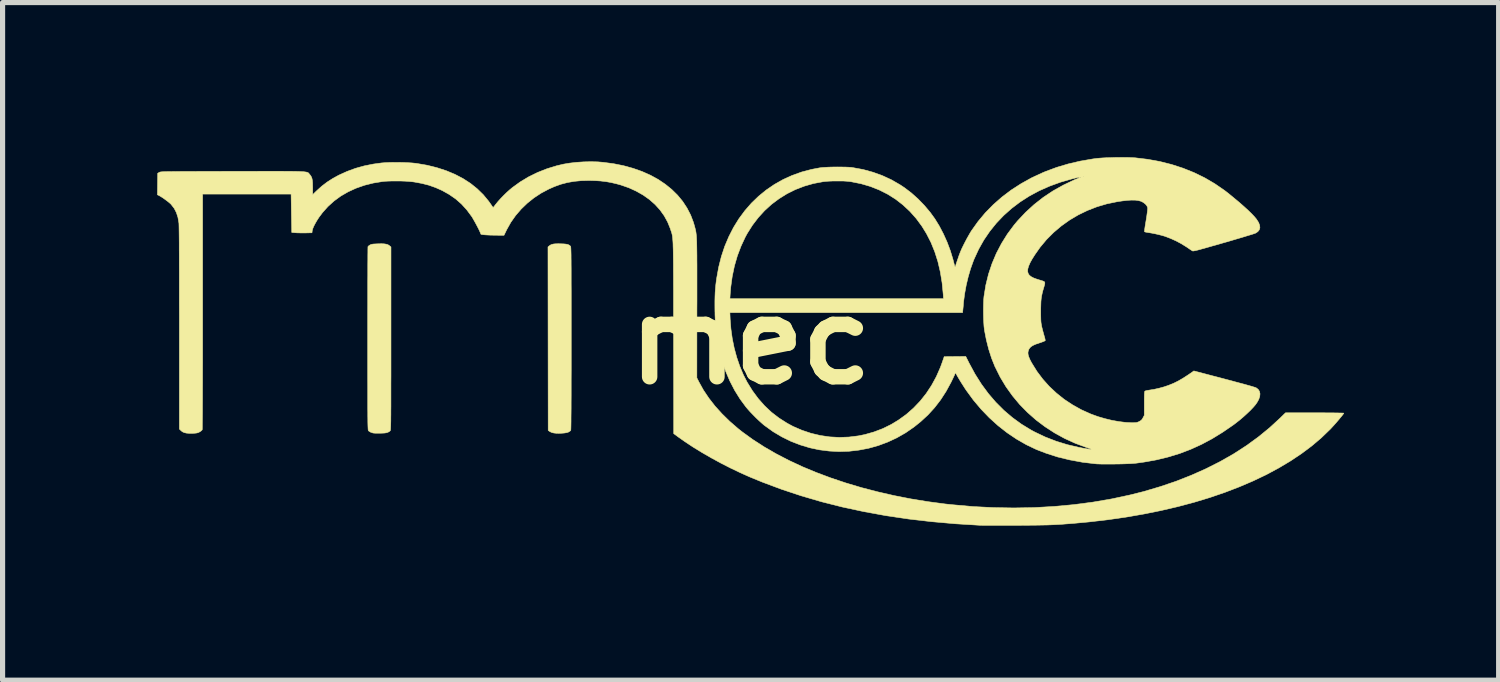
<source format=kicad_pcb>
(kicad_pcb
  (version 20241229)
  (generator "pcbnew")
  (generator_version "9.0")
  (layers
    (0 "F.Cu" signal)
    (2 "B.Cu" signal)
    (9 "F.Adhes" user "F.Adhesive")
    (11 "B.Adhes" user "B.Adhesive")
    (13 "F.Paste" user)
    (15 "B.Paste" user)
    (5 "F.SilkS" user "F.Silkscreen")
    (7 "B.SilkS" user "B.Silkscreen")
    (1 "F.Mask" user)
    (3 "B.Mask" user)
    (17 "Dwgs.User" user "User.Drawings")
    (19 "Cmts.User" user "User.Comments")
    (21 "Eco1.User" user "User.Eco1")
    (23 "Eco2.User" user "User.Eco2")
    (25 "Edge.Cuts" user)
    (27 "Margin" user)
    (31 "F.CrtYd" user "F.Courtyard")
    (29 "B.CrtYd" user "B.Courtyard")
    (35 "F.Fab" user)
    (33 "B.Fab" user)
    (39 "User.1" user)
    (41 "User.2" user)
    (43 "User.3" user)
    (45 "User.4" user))
  (footprint "mec"
    (layer "F.Cu")
    (at 11.516 3.572)
    (property "Reference" "mec" (at 0 0 0) (layer "F.SilkS") (effects (font (size 1.524 1.524) (thickness 0.3))))
    (attr through_hole)
    (fp_poly (pts (xy -3.686 -1.891) (xy -3.628 -1.889) (xy -3.585 -1.885) (xy -3.553 -1.879) (xy -3.529 -1.87) (xy -3.509 -1.857) (xy -3.495 -1.844) (xy -3.493 -1.842) (xy -3.492 -1.836) (xy -3.49 -1.828) (xy -3.489 -1.816) (xy -3.488 -1.799) (xy -3.487 -1.777) (xy -3.486 -1.748) (xy -3.485 -1.714) (xy -3.484 -1.671) (xy -3.484 -1.621) (xy -3.483 -1.562) (xy -3.483 -1.494) (xy -3.482 -1.415) (xy -3.482 -1.326) (xy -3.482 -1.225) (xy -3.482 -1.111) (xy -3.481 -0.985) (xy -3.481 -0.845) (xy -3.481 -0.691) (xy -3.481 -0.522) (xy -3.481 -0.337) (xy -3.481 -0.136) (xy -3.481 -0.06) (xy -3.481 0.168) (xy -3.481 0.378) (xy -3.481 0.572) (xy -3.482 0.75) (xy -3.482 0.911) (xy -3.482 1.057) (xy -3.483 1.187) (xy -3.483 1.303) (xy -3.484 1.404) (xy -3.485 1.49) (xy -3.485 1.563) (xy -3.486 1.622) (xy -3.487 1.668) (xy -3.488 1.701) (xy -3.489 1.721) (xy -3.49 1.729) (xy -3.504 1.743) (xy -3.527 1.758) (xy -3.54 1.765) (xy -3.571 1.774) (xy -3.614 1.781) (xy -3.665 1.785) (xy -3.719 1.787) (xy -3.77 1.786) (xy -3.815 1.781) (xy -3.84 1.776) (xy -3.87 1.766) (xy -3.897 1.752) (xy -3.905 1.747) (xy -3.928 1.73) (xy -3.932 -1.83) (xy -3.906 -1.852) (xy -3.883 -1.868) (xy -3.857 -1.879) (xy -3.824 -1.887) (xy -3.782 -1.891) (xy -3.727 -1.892) (xy -3.686 -1.891)) (stroke (width 0.01) (type solid)) (fill yes) (layer "F.SilkS"))
    (fp_poly (pts (xy -7.112 -1.89) (xy -7.074 -1.884) (xy -7.044 -1.876) (xy -7.02 -1.863) (xy -7.006 -1.852) (xy -6.979 -1.83) (xy -6.979 -0.053) (xy -6.979 0.154) (xy -6.979 0.345) (xy -6.979 0.519) (xy -6.979 0.678) (xy -6.98 0.823) (xy -6.98 0.953) (xy -6.98 1.071) (xy -6.98 1.176) (xy -6.98 1.269) (xy -6.981 1.352) (xy -6.981 1.424) (xy -6.982 1.486) (xy -6.982 1.54) (xy -6.983 1.585) (xy -6.984 1.623) (xy -6.985 1.653) (xy -6.986 1.678) (xy -6.987 1.697) (xy -6.988 1.712) (xy -6.989 1.723) (xy -6.991 1.73) (xy -6.992 1.735) (xy -6.994 1.737) (xy -6.995 1.738) (xy -7.017 1.756) (xy -7.042 1.768) (xy -7.072 1.777) (xy -7.111 1.782) (xy -7.163 1.784) (xy -7.183 1.785) (xy -7.229 1.785) (xy -7.271 1.785) (xy -7.305 1.783) (xy -7.326 1.781) (xy -7.327 1.781) (xy -7.378 1.763) (xy -7.416 1.738) (xy -7.417 1.736) (xy -7.419 1.732) (xy -7.42 1.726) (xy -7.422 1.717) (xy -7.423 1.704) (xy -7.424 1.687) (xy -7.425 1.664) (xy -7.426 1.636) (xy -7.427 1.601) (xy -7.428 1.559) (xy -7.428 1.509) (xy -7.429 1.45) (xy -7.429 1.382) (xy -7.43 1.304) (xy -7.43 1.215) (xy -7.43 1.115) (xy -7.43 1.002) (xy -7.43 0.877) (xy -7.431 0.738) (xy -7.431 0.585) (xy -7.431 0.417) (xy -7.431 0.233) (xy -7.431 0.032) (xy -7.431 -0.048) (xy -7.431 -0.223) (xy -7.431 -0.393) (xy -7.431 -0.557) (xy -7.43 -0.715) (xy -7.43 -0.866) (xy -7.43 -1.01) (xy -7.43 -1.144) (xy -7.429 -1.27) (xy -7.429 -1.385) (xy -7.429 -1.488) (xy -7.428 -1.58) (xy -7.428 -1.659) (xy -7.427 -1.725) (xy -7.427 -1.776) (xy -7.426 -1.812) (xy -7.426 -1.832) (xy -7.425 -1.836) (xy -7.415 -1.848) (xy -7.394 -1.863) (xy -7.384 -1.869) (xy -7.367 -1.877) (xy -7.348 -1.882) (xy -7.324 -1.886) (xy -7.291 -1.888) (xy -7.246 -1.89) (xy -7.226 -1.891) (xy -7.162 -1.892) (xy -7.112 -1.89)) (stroke (width 0.01) (type solid)) (fill yes) (layer "F.SilkS"))
    (fp_poly (pts (xy -2.966 -3.481) (xy -2.86 -3.472) (xy -2.657 -3.445) (xy -2.463 -3.406) (xy -2.279 -3.355) (xy -2.106 -3.294) (xy -1.944 -3.222) (xy -1.794 -3.14) (xy -1.656 -3.047) (xy -1.531 -2.946) (xy -1.418 -2.835) (xy -1.319 -2.715) (xy -1.235 -2.587) (xy -1.164 -2.45) (xy -1.109 -2.306) (xy -1.085 -2.222) (xy -1.079 -2.199) (xy -1.074 -2.179) (xy -1.069 -2.159) (xy -1.065 -2.139) (xy -1.061 -2.118) (xy -1.058 -2.095) (xy -1.055 -2.07) (xy -1.052 -2.041) (xy -1.05 -2.008) (xy -1.048 -1.969) (xy -1.046 -1.925) (xy -1.045 -1.873) (xy -1.044 -1.813) (xy -1.043 -1.745) (xy -1.042 -1.667) (xy -1.042 -1.578) (xy -1.041 -1.478) (xy -1.041 -1.366) (xy -1.041 -1.24) (xy -1.041 -1.101) (xy -1.041 -0.946) (xy -1.041 -0.776) (xy -1.042 -0.636) (xy -1.043 0.711) (xy -1.002 0.792) (xy -0.915 0.949) (xy -0.81 1.105) (xy -0.69 1.259) (xy -0.554 1.409) (xy -0.404 1.556) (xy -0.24 1.698) (xy -0.156 1.764) (xy 0.046 1.91) (xy 0.265 2.051) (xy 0.497 2.185) (xy 0.744 2.313) (xy 1.003 2.434) (xy 1.275 2.547) (xy 1.558 2.653) (xy 1.851 2.751) (xy 2.153 2.841) (xy 2.465 2.922) (xy 2.783 2.995) (xy 3.109 3.059) (xy 3.441 3.113) (xy 3.778 3.158) (xy 3.911 3.172) (xy 4.312 3.208) (xy 4.711 3.228) (xy 5.107 3.235) (xy 5.499 3.228) (xy 5.887 3.206) (xy 6.268 3.171) (xy 6.643 3.122) (xy 7.01 3.059) (xy 7.367 2.982) (xy 7.626 2.917) (xy 7.947 2.822) (xy 8.257 2.717) (xy 8.554 2.6) (xy 8.839 2.473) (xy 9.112 2.335) (xy 9.372 2.187) (xy 9.618 2.028) (xy 9.851 1.859) (xy 10.07 1.68) (xy 10.266 1.5) (xy 10.38 1.389) (xy 10.945 1.389) (xy 11.043 1.389) (xy 11.135 1.389) (xy 11.22 1.39) (xy 11.297 1.39) (xy 11.364 1.391) (xy 11.421 1.392) (xy 11.465 1.393) (xy 11.495 1.394) (xy 11.51 1.395) (xy 11.511 1.396) (xy 11.505 1.407) (xy 11.49 1.428) (xy 11.466 1.458) (xy 11.436 1.494) (xy 11.402 1.535) (xy 11.365 1.578) (xy 11.327 1.621) (xy 11.289 1.663) (xy 11.255 1.7) (xy 11.242 1.713) (xy 11.074 1.875) (xy 10.89 2.031) (xy 10.691 2.18) (xy 10.477 2.323) (xy 10.249 2.459) (xy 10.007 2.589) (xy 9.751 2.711) (xy 9.482 2.826) (xy 9.201 2.934) (xy 8.908 3.034) (xy 8.604 3.126) (xy 8.288 3.21) (xy 7.962 3.286) (xy 7.625 3.354) (xy 7.279 3.414) (xy 6.924 3.465) (xy 6.56 3.507) (xy 6.376 3.524) (xy 6.28 3.533) (xy 6.193 3.54) (xy 6.113 3.546) (xy 6.038 3.552) (xy 5.966 3.556) (xy 5.895 3.56) (xy 5.822 3.563) (xy 5.746 3.566) (xy 5.665 3.567) (xy 5.576 3.569) (xy 5.478 3.57) (xy 5.368 3.571) (xy 5.245 3.572) (xy 5.143 3.572) (xy 5.038 3.572) (xy 4.937 3.572) (xy 4.84 3.572) (xy 4.751 3.572) (xy 4.67 3.572) (xy 4.598 3.572) (xy 4.538 3.572) (xy 4.491 3.572) (xy 4.459 3.571) (xy 4.445 3.571) (xy 3.971 3.542) (xy 3.51 3.501) (xy 3.06 3.449) (xy 2.623 3.384) (xy 2.196 3.306) (xy 1.781 3.217) (xy 1.377 3.115) (xy 0.984 3) (xy 0.601 2.873) (xy 0.229 2.734) (xy -0.017 2.633) (xy -0.203 2.55) (xy -0.391 2.46) (xy -0.579 2.364) (xy -0.764 2.263) (xy -0.943 2.16) (xy -1.114 2.055) (xy -1.273 1.95) (xy -1.419 1.847) (xy -1.421 1.845) (xy -1.492 1.793) (xy -1.495 -0.069) (xy -1.495 -0.285) (xy -1.496 -0.484) (xy -1.496 -0.667) (xy -1.496 -0.835) (xy -1.496 -0.988) (xy -1.497 -1.128) (xy -1.497 -1.255) (xy -1.498 -1.369) (xy -1.498 -1.472) (xy -1.499 -1.564) (xy -1.5 -1.646) (xy -1.501 -1.718) (xy -1.502 -1.782) (xy -1.504 -1.838) (xy -1.505 -1.886) (xy -1.507 -1.928) (xy -1.51 -1.964) (xy -1.512 -1.996) (xy -1.515 -2.022) (xy -1.518 -2.046) (xy -1.522 -2.066) (xy -1.526 -2.084) (xy -1.531 -2.101) (xy -1.535 -2.117) (xy -1.541 -2.133) (xy -1.547 -2.15) (xy -1.553 -2.168) (xy -1.558 -2.185) (xy -1.61 -2.313) (xy -1.677 -2.435) (xy -1.759 -2.549) (xy -1.854 -2.654) (xy -1.963 -2.75) (xy -2.084 -2.836) (xy -2.218 -2.912) (xy -2.362 -2.978) (xy -2.517 -3.032) (xy -2.601 -3.055) (xy -2.707 -3.08) (xy -2.809 -3.098) (xy -2.911 -3.11) (xy -3.019 -3.117) (xy -3.134 -3.12) (xy -3.285 -3.116) (xy -3.424 -3.103) (xy -3.555 -3.08) (xy -3.681 -3.047) (xy -3.806 -3.002) (xy -3.915 -2.954) (xy -4.064 -2.875) (xy -4.204 -2.783) (xy -4.334 -2.679) (xy -4.453 -2.564) (xy -4.56 -2.44) (xy -4.653 -2.308) (xy -4.731 -2.169) (xy -4.737 -2.157) (xy -4.785 -2.057) (xy -4.904 -2.057) (xy -4.979 -2.058) (xy -5.048 -2.059) (xy -5.108 -2.062) (xy -5.159 -2.065) (xy -5.198 -2.069) (xy -5.224 -2.073) (xy -5.234 -2.078) (xy -5.235 -2.079) (xy -5.239 -2.093) (xy -5.25 -2.118) (xy -5.266 -2.154) (xy -5.287 -2.196) (xy -5.311 -2.242) (xy -5.336 -2.289) (xy -5.361 -2.334) (xy -5.384 -2.374) (xy -5.403 -2.408) (xy -5.413 -2.422) (xy -5.508 -2.55) (xy -5.611 -2.663) (xy -5.725 -2.763) (xy -5.851 -2.85) (xy -5.985 -2.925) (xy -6.113 -2.982) (xy -6.243 -3.028) (xy -6.38 -3.063) (xy -6.527 -3.09) (xy -6.567 -3.095) (xy -6.626 -3.101) (xy -6.697 -3.106) (xy -6.776 -3.109) (xy -6.859 -3.11) (xy -6.941 -3.11) (xy -7.019 -3.108) (xy -7.087 -3.105) (xy -7.14 -3.1) (xy -7.322 -3.07) (xy -7.494 -3.027) (xy -7.657 -2.97) (xy -7.81 -2.9) (xy -7.952 -2.818) (xy -8.082 -2.723) (xy -8.202 -2.615) (xy -8.308 -2.496) (xy -8.376 -2.405) (xy -8.416 -2.343) (xy -8.45 -2.284) (xy -8.478 -2.23) (xy -8.497 -2.184) (xy -8.507 -2.148) (xy -8.507 -2.146) (xy -8.512 -2.105) (xy -8.629 -2.102) (xy -8.681 -2.102) (xy -8.736 -2.102) (xy -8.787 -2.103) (xy -8.825 -2.105) (xy -8.904 -2.111) (xy -8.911 -2.483) (xy -8.917 -2.856) (xy -10.634 -2.856) (xy -10.634 -0.577) (xy -10.634 -0.305) (xy -10.634 -0.051) (xy -10.634 0.186) (xy -10.634 0.406) (xy -10.635 0.609) (xy -10.635 0.794) (xy -10.636 0.963) (xy -10.636 1.114) (xy -10.637 1.249) (xy -10.637 1.366) (xy -10.638 1.467) (xy -10.639 1.55) (xy -10.64 1.617) (xy -10.64 1.667) (xy -10.641 1.701) (xy -10.642 1.717) (xy -10.643 1.719) (xy -10.655 1.733) (xy -10.677 1.75) (xy -10.692 1.759) (xy -10.713 1.77) (xy -10.733 1.777) (xy -10.758 1.782) (xy -10.792 1.785) (xy -10.824 1.787) (xy -10.893 1.787) (xy -10.947 1.783) (xy -10.99 1.773) (xy -11.024 1.758) (xy -11.051 1.737) (xy -11.085 1.704) (xy -11.085 -0.255) (xy -11.085 -0.506) (xy -11.086 -0.739) (xy -11.086 -0.956) (xy -11.086 -1.156) (xy -11.086 -1.339) (xy -11.087 -1.505) (xy -11.087 -1.655) (xy -11.088 -1.789) (xy -11.088 -1.908) (xy -11.089 -2.01) (xy -11.09 -2.097) (xy -11.091 -2.168) (xy -11.092 -2.224) (xy -11.093 -2.265) (xy -11.094 -2.291) (xy -11.095 -2.298) (xy -11.113 -2.403) (xy -11.143 -2.496) (xy -11.185 -2.578) (xy -11.241 -2.65) (xy -11.253 -2.664) (xy -11.28 -2.688) (xy -11.316 -2.717) (xy -11.359 -2.749) (xy -11.402 -2.78) (xy -11.443 -2.806) (xy -11.477 -2.826) (xy -11.487 -2.831) (xy -11.511 -2.842) (xy -11.506 -3.259) (xy -11.476 -3.277) (xy -11.472 -3.279) (xy -11.467 -3.281) (xy -11.461 -3.283) (xy -11.453 -3.285) (xy -11.442 -3.286) (xy -11.428 -3.288) (xy -11.408 -3.289) (xy -11.384 -3.29) (xy -11.353 -3.291) (xy -11.315 -3.292) (xy -11.27 -3.292) (xy -11.216 -3.293) (xy -11.152 -3.294) (xy -11.079 -3.294) (xy -10.994 -3.295) (xy -10.898 -3.295) (xy -10.788 -3.295) (xy -10.666 -3.296) (xy -10.529 -3.296) (xy -10.377 -3.296) (xy -10.21 -3.297) (xy -10.052 -3.297) (xy -9.867 -3.297) (xy -9.698 -3.297) (xy -9.544 -3.298) (xy -9.406 -3.298) (xy -9.282 -3.298) (xy -9.171 -3.298) (xy -9.073 -3.298) (xy -8.987 -3.297) (xy -8.911 -3.297) (xy -8.846 -3.296) (xy -8.79 -3.295) (xy -8.743 -3.293) (xy -8.704 -3.291) (xy -8.671 -3.289) (xy -8.645 -3.286) (xy -8.624 -3.283) (xy -8.608 -3.279) (xy -8.595 -3.275) (xy -8.586 -3.27) (xy -8.579 -3.265) (xy -8.573 -3.259) (xy -8.568 -3.252) (xy -8.563 -3.245) (xy -8.556 -3.237) (xy -8.555 -3.236) (xy -8.536 -3.211) (xy -8.521 -3.185) (xy -8.511 -3.155) (xy -8.504 -3.118) (xy -8.5 -3.072) (xy -8.499 -3.013) (xy -8.498 -2.983) (xy -8.498 -2.845) (xy -8.423 -2.918) (xy -8.322 -3.009) (xy -8.22 -3.087) (xy -8.111 -3.157) (xy -7.993 -3.222) (xy -7.832 -3.295) (xy -7.669 -3.355) (xy -7.501 -3.402) (xy -7.323 -3.438) (xy -7.161 -3.46) (xy -7.094 -3.465) (xy -7.014 -3.469) (xy -6.926 -3.471) (xy -6.834 -3.471) (xy -6.741 -3.469) (xy -6.652 -3.465) (xy -6.571 -3.46) (xy -6.502 -3.453) (xy -6.485 -3.451) (xy -6.28 -3.416) (xy -6.087 -3.368) (xy -5.906 -3.309) (xy -5.738 -3.239) (xy -5.581 -3.157) (xy -5.437 -3.064) (xy -5.306 -2.959) (xy -5.188 -2.844) (xy -5.084 -2.718) (xy -5.043 -2.66) (xy -5.023 -2.631) (xy -5.008 -2.609) (xy -4.998 -2.597) (xy -4.996 -2.596) (xy -4.99 -2.602) (xy -4.975 -2.619) (xy -4.956 -2.645) (xy -4.943 -2.661) (xy -4.903 -2.71) (xy -4.853 -2.766) (xy -4.796 -2.825) (xy -4.737 -2.883) (xy -4.678 -2.936) (xy -4.627 -2.979) (xy -4.474 -3.09) (xy -4.31 -3.189) (xy -4.135 -3.275) (xy -3.953 -3.347) (xy -3.764 -3.405) (xy -3.629 -3.437) (xy -3.508 -3.457) (xy -3.375 -3.472) (xy -3.237 -3.481) (xy -3.099 -3.484) (xy -2.966 -3.481)) (stroke (width 0.01) (type solid)) (fill yes) (layer "F.SilkS"))
    (fp_poly (pts (xy 7.329 -3.566) (xy 7.399 -3.563) (xy 7.457 -3.56) (xy 7.46 -3.56) (xy 7.703 -3.531) (xy 7.94 -3.488) (xy 8.17 -3.43) (xy 8.392 -3.358) (xy 8.606 -3.272) (xy 8.811 -3.172) (xy 9.006 -3.058) (xy 9.191 -2.931) (xy 9.268 -2.872) (xy 9.38 -2.78) (xy 9.483 -2.694) (xy 9.574 -2.614) (xy 9.653 -2.542) (xy 9.721 -2.476) (xy 9.775 -2.419) (xy 9.816 -2.37) (xy 9.821 -2.362) (xy 9.858 -2.304) (xy 9.878 -2.251) (xy 9.883 -2.203) (xy 9.871 -2.162) (xy 9.843 -2.127) (xy 9.8 -2.098) (xy 9.798 -2.098) (xy 9.782 -2.092) (xy 9.751 -2.081) (xy 9.706 -2.067) (xy 9.649 -2.05) (xy 9.581 -2.029) (xy 9.504 -2.006) (xy 9.419 -1.981) (xy 9.328 -1.954) (xy 9.232 -1.926) (xy 9.172 -1.909) (xy 9.059 -1.876) (xy 8.961 -1.849) (xy 8.878 -1.825) (xy 8.808 -1.805) (xy 8.749 -1.789) (xy 8.702 -1.776) (xy 8.664 -1.766) (xy 8.635 -1.759) (xy 8.612 -1.755) (xy 8.596 -1.752) (xy 8.585 -1.751) (xy 8.577 -1.752) (xy 8.572 -1.754) (xy 8.572 -1.754) (xy 8.557 -1.764) (xy 8.532 -1.78) (xy 8.499 -1.803) (xy 8.462 -1.828) (xy 8.454 -1.833) (xy 8.361 -1.891) (xy 8.258 -1.946) (xy 8.152 -1.994) (xy 8.05 -2.033) (xy 8.045 -2.035) (xy 7.988 -2.052) (xy 7.921 -2.069) (xy 7.847 -2.086) (xy 7.774 -2.1) (xy 7.706 -2.111) (xy 7.689 -2.114) (xy 7.664 -2.118) (xy 7.647 -2.124) (xy 7.643 -2.127) (xy 7.644 -2.137) (xy 7.646 -2.162) (xy 7.651 -2.199) (xy 7.658 -2.247) (xy 7.667 -2.301) (xy 7.675 -2.348) (xy 7.688 -2.431) (xy 7.697 -2.497) (xy 7.703 -2.546) (xy 7.705 -2.58) (xy 7.704 -2.594) (xy 7.69 -2.627) (xy 7.662 -2.661) (xy 7.624 -2.691) (xy 7.58 -2.715) (xy 7.574 -2.717) (xy 7.525 -2.73) (xy 7.464 -2.738) (xy 7.392 -2.739) (xy 7.307 -2.734) (xy 7.208 -2.722) (xy 7.114 -2.708) (xy 6.915 -2.667) (xy 6.722 -2.61) (xy 6.537 -2.538) (xy 6.359 -2.452) (xy 6.19 -2.352) (xy 6.03 -2.238) (xy 5.881 -2.112) (xy 5.743 -1.974) (xy 5.617 -1.823) (xy 5.518 -1.682) (xy 5.464 -1.597) (xy 5.423 -1.523) (xy 5.395 -1.458) (xy 5.379 -1.403) (xy 5.376 -1.356) (xy 5.386 -1.316) (xy 5.408 -1.282) (xy 5.444 -1.253) (xy 5.492 -1.228) (xy 5.549 -1.207) (xy 5.59 -1.194) (xy 5.629 -1.182) (xy 5.66 -1.173) (xy 5.673 -1.168) (xy 5.693 -1.16) (xy 5.705 -1.149) (xy 5.71 -1.132) (xy 5.707 -1.107) (xy 5.697 -1.069) (xy 5.691 -1.049) (xy 5.672 -0.985) (xy 5.658 -0.929) (xy 5.647 -0.877) (xy 5.639 -0.825) (xy 5.634 -0.77) (xy 5.632 -0.708) (xy 5.63 -0.634) (xy 5.63 -0.582) (xy 5.63 -0.514) (xy 5.631 -0.46) (xy 5.632 -0.417) (xy 5.634 -0.383) (xy 5.637 -0.353) (xy 5.642 -0.325) (xy 5.647 -0.296) (xy 5.653 -0.269) (xy 5.665 -0.22) (xy 5.679 -0.168) (xy 5.692 -0.121) (xy 5.699 -0.097) (xy 5.709 -0.063) (xy 5.715 -0.034) (xy 5.718 -0.016) (xy 5.717 -0.013) (xy 5.708 -0.006) (xy 5.685 0.004) (xy 5.652 0.017) (xy 5.611 0.031) (xy 5.601 0.034) (xy 5.536 0.056) (xy 5.486 0.078) (xy 5.449 0.1) (xy 5.422 0.124) (xy 5.403 0.151) (xy 5.399 0.159) (xy 5.387 0.192) (xy 5.382 0.226) (xy 5.386 0.262) (xy 5.398 0.303) (xy 5.419 0.353) (xy 5.45 0.413) (xy 5.459 0.428) (xy 5.557 0.586) (xy 5.67 0.736) (xy 5.796 0.877) (xy 5.935 1.007) (xy 6.085 1.127) (xy 6.247 1.234) (xy 6.417 1.329) (xy 6.597 1.41) (xy 6.615 1.417) (xy 6.742 1.463) (xy 6.876 1.502) (xy 7.012 1.535) (xy 7.147 1.559) (xy 7.277 1.575) (xy 7.397 1.581) (xy 7.413 1.581) (xy 7.454 1.58) (xy 7.483 1.578) (xy 7.507 1.572) (xy 7.53 1.563) (xy 7.543 1.556) (xy 7.573 1.539) (xy 7.594 1.519) (xy 7.611 1.492) (xy 7.615 1.484) (xy 7.64 1.437) (xy 7.64 1.21) (xy 7.64 1.134) (xy 7.641 1.074) (xy 7.642 1.029) (xy 7.644 0.997) (xy 7.647 0.978) (xy 7.65 0.97) (xy 7.665 0.962) (xy 7.695 0.955) (xy 7.739 0.948) (xy 7.745 0.947) (xy 7.832 0.933) (xy 7.926 0.912) (xy 8.021 0.886) (xy 8.109 0.856) (xy 8.112 0.855) (xy 8.206 0.817) (xy 8.299 0.771) (xy 8.394 0.716) (xy 8.494 0.651) (xy 8.574 0.596) (xy 8.601 0.576) (xy 8.808 0.63) (xy 8.963 0.671) (xy 9.102 0.707) (xy 9.226 0.74) (xy 9.336 0.769) (xy 9.431 0.795) (xy 9.514 0.817) (xy 9.585 0.836) (xy 9.645 0.853) (xy 9.695 0.867) (xy 9.734 0.878) (xy 9.765 0.888) (xy 9.788 0.895) (xy 9.804 0.901) (xy 9.813 0.905) (xy 9.851 0.935) (xy 9.875 0.973) (xy 9.885 1.019) (xy 9.88 1.071) (xy 9.861 1.128) (xy 9.827 1.189) (xy 9.796 1.233) (xy 9.753 1.283) (xy 9.698 1.341) (xy 9.634 1.402) (xy 9.564 1.466) (xy 9.491 1.528) (xy 9.416 1.587) (xy 9.367 1.624) (xy 9.16 1.766) (xy 8.955 1.892) (xy 8.749 2.002) (xy 8.54 2.097) (xy 8.325 2.179) (xy 8.104 2.246) (xy 7.875 2.302) (xy 7.634 2.345) (xy 7.483 2.366) (xy 7.439 2.37) (xy 7.382 2.374) (xy 7.313 2.377) (xy 7.235 2.38) (xy 7.152 2.382) (xy 7.067 2.383) (xy 6.983 2.384) (xy 6.903 2.384) (xy 6.829 2.384) (xy 6.765 2.382) (xy 6.713 2.38) (xy 6.693 2.378) (xy 6.44 2.348) (xy 6.195 2.303) (xy 5.96 2.246) (xy 5.736 2.174) (xy 5.546 2.101) (xy 5.351 2.008) (xy 5.161 1.899) (xy 4.977 1.775) (xy 4.801 1.637) (xy 4.632 1.484) (xy 4.473 1.319) (xy 4.323 1.141) (xy 4.184 0.951) (xy 4.167 0.926) (xy 4.142 0.887) (xy 4.114 0.843) (xy 4.085 0.798) (xy 4.057 0.752) (xy 4.032 0.71) (xy 4.011 0.674) (xy 3.995 0.645) (xy 3.986 0.628) (xy 3.984 0.623) (xy 3.978 0.617) (xy 3.976 0.616) (xy 3.968 0.623) (xy 3.967 0.628) (xy 3.963 0.639) (xy 3.953 0.663) (xy 3.937 0.697) (xy 3.917 0.739) (xy 3.894 0.787) (xy 3.89 0.795) (xy 3.793 0.973) (xy 3.687 1.137) (xy 3.57 1.289) (xy 3.441 1.43) (xy 3.299 1.561) (xy 3.172 1.663) (xy 3.007 1.777) (xy 2.835 1.875) (xy 2.658 1.957) (xy 2.475 2.025) (xy 2.289 2.077) (xy 2.099 2.113) (xy 1.909 2.135) (xy 1.717 2.141) (xy 1.525 2.131) (xy 1.335 2.107) (xy 1.147 2.067) (xy 0.962 2.011) (xy 0.781 1.941) (xy 0.606 1.855) (xy 0.436 1.754) (xy 0.275 1.638) (xy 0.26 1.627) (xy 0.215 1.588) (xy 0.162 1.54) (xy 0.104 1.485) (xy 0.047 1.427) (xy -0.008 1.37) (xy -0.056 1.316) (xy -0.09 1.276) (xy -0.205 1.12) (xy -0.31 0.951) (xy -0.403 0.771) (xy -0.484 0.583) (xy -0.552 0.389) (xy -0.593 0.239) (xy -0.619 0.129) (xy -0.64 0.027) (xy -0.657 -0.074) (xy -0.67 -0.175) (xy -0.68 -0.281) (xy -0.686 -0.395) (xy -0.691 -0.521) (xy -0.691 -0.556) (xy -0.402 -0.556) (xy -0.397 -0.428) (xy -0.382 -0.24) (xy -0.356 -0.052) (xy -0.318 0.134) (xy -0.269 0.314) (xy -0.209 0.488) (xy -0.141 0.651) (xy -0.068 0.793) (xy 0.035 0.96) (xy 0.148 1.113) (xy 0.272 1.253) (xy 0.406 1.379) (xy 0.552 1.491) (xy 0.709 1.591) (xy 0.824 1.653) (xy 0.995 1.727) (xy 1.171 1.786) (xy 1.352 1.829) (xy 1.536 1.856) (xy 1.722 1.866) (xy 1.908 1.859) (xy 2.093 1.836) (xy 2.216 1.811) (xy 2.395 1.76) (xy 2.566 1.695) (xy 2.73 1.614) (xy 2.87 1.529) (xy 3.021 1.42) (xy 3.161 1.297) (xy 3.29 1.162) (xy 3.407 1.015) (xy 3.512 0.856) (xy 3.604 0.687) (xy 3.683 0.507) (xy 3.716 0.417) (xy 3.757 0.299) (xy 3.966 0.297) (xy 4.175 0.295) (xy 4.24 0.424) (xy 4.354 0.635) (xy 4.479 0.833) (xy 4.614 1.016) (xy 4.759 1.185) (xy 4.915 1.341) (xy 5.081 1.482) (xy 5.257 1.61) (xy 5.444 1.724) (xy 5.517 1.763) (xy 5.719 1.859) (xy 5.928 1.94) (xy 6.146 2.007) (xy 6.374 2.06) (xy 6.472 2.079) (xy 6.531 2.089) (xy 6.574 2.095) (xy 6.6 2.098) (xy 6.61 2.097) (xy 6.604 2.092) (xy 6.583 2.083) (xy 6.546 2.07) (xy 6.511 2.059) (xy 6.297 1.979) (xy 6.093 1.886) (xy 5.897 1.778) (xy 5.712 1.658) (xy 5.537 1.526) (xy 5.373 1.381) (xy 5.221 1.226) (xy 5.082 1.059) (xy 4.956 0.883) (xy 4.844 0.697) (xy 4.747 0.502) (xy 4.742 0.493) (xy 4.677 0.331) (xy 4.621 0.157) (xy 4.575 -0.024) (xy 4.539 -0.21) (xy 4.535 -0.239) (xy 4.529 -0.29) (xy 4.525 -0.354) (xy 4.521 -0.429) (xy 4.519 -0.509) (xy 4.518 -0.592) (xy 4.519 -0.674) (xy 4.521 -0.75) (xy 4.524 -0.817) (xy 4.529 -0.872) (xy 4.53 -0.877) (xy 4.565 -1.092) (xy 4.617 -1.303) (xy 4.685 -1.507) (xy 4.769 -1.706) (xy 4.869 -1.897) (xy 4.983 -2.08) (xy 5.113 -2.255) (xy 5.181 -2.336) (xy 5.335 -2.5) (xy 5.501 -2.652) (xy 5.678 -2.791) (xy 5.867 -2.917) (xy 6.067 -3.029) (xy 6.277 -3.129) (xy 6.324 -3.148) (xy 6.364 -3.165) (xy 6.391 -3.177) (xy 6.404 -3.185) (xy 6.404 -3.188) (xy 6.388 -3.186) (xy 6.357 -3.18) (xy 6.311 -3.169) (xy 6.248 -3.154) (xy 6.233 -3.15) (xy 6.011 -3.086) (xy 5.8 -3.009) (xy 5.599 -2.92) (xy 5.409 -2.818) (xy 5.231 -2.704) (xy 5.065 -2.578) (xy 4.911 -2.441) (xy 4.769 -2.292) (xy 4.641 -2.133) (xy 4.525 -1.963) (xy 4.424 -1.783) (xy 4.336 -1.592) (xy 4.321 -1.554) (xy 4.269 -1.409) (xy 4.223 -1.252) (xy 4.184 -1.089) (xy 4.154 -0.925) (xy 4.133 -0.766) (xy 4.128 -0.707) (xy 4.125 -0.668) (xy 4.121 -0.629) (xy 4.118 -0.598) (xy 4.118 -0.597) (xy 4.113 -0.556) (xy -0.402 -0.556) (xy -0.691 -0.556) (xy -0.692 -0.577) (xy -0.693 -0.687) (xy -0.693 -0.783) (xy -0.692 -0.825) (xy -0.402 -0.825) (xy 3.743 -0.825) (xy 3.738 -0.909) (xy 3.716 -1.133) (xy 3.681 -1.346) (xy 3.634 -1.547) (xy 3.573 -1.738) (xy 3.5 -1.918) (xy 3.413 -2.088) (xy 3.325 -2.231) (xy 3.213 -2.383) (xy 3.09 -2.521) (xy 2.956 -2.646) (xy 2.813 -2.757) (xy 2.659 -2.854) (xy 2.496 -2.936) (xy 2.324 -3.004) (xy 2.143 -3.057) (xy 1.953 -3.095) (xy 1.918 -3.1) (xy 1.869 -3.105) (xy 1.807 -3.109) (xy 1.735 -3.11) (xy 1.66 -3.11) (xy 1.584 -3.109) (xy 1.512 -3.106) (xy 1.448 -3.101) (xy 1.406 -3.096) (xy 1.22 -3.061) (xy 1.042 -3.01) (xy 0.87 -2.944) (xy 0.707 -2.863) (xy 0.553 -2.767) (xy 0.407 -2.658) (xy 0.272 -2.535) (xy 0.148 -2.399) (xy 0.035 -2.251) (xy -0.066 -2.091) (xy -0.103 -2.023) (xy -0.186 -1.845) (xy -0.257 -1.658) (xy -0.314 -1.461) (xy -0.357 -1.256) (xy -0.386 -1.045) (xy -0.396 -0.922) (xy -0.402 -0.825) (xy -0.692 -0.825) (xy -0.691 -0.869) (xy -0.688 -0.947) (xy -0.682 -1.023) (xy -0.675 -1.099) (xy -0.665 -1.179) (xy -0.659 -1.22) (xy -0.62 -1.436) (xy -0.568 -1.643) (xy -0.502 -1.842) (xy -0.422 -2.031) (xy -0.331 -2.209) (xy -0.227 -2.377) (xy -0.111 -2.534) (xy 0.016 -2.68) (xy 0.154 -2.813) (xy 0.302 -2.934) (xy 0.46 -3.042) (xy 0.628 -3.137) (xy 0.804 -3.217) (xy 0.99 -3.284) (xy 1.183 -3.335) (xy 1.341 -3.365) (xy 1.39 -3.371) (xy 1.452 -3.375) (xy 1.524 -3.379) (xy 1.602 -3.381) (xy 1.682 -3.382) (xy 1.762 -3.381) (xy 1.837 -3.38) (xy 1.904 -3.377) (xy 1.959 -3.373) (xy 1.984 -3.369) (xy 2.185 -3.332) (xy 2.377 -3.279) (xy 2.559 -3.213) (xy 2.734 -3.132) (xy 2.902 -3.035) (xy 2.985 -2.98) (xy 3.119 -2.878) (xy 3.249 -2.762) (xy 3.372 -2.635) (xy 3.485 -2.501) (xy 3.575 -2.377) (xy 3.661 -2.237) (xy 3.741 -2.084) (xy 3.813 -1.924) (xy 3.875 -1.759) (xy 3.925 -1.595) (xy 3.939 -1.541) (xy 3.949 -1.502) (xy 3.958 -1.47) (xy 3.965 -1.449) (xy 3.969 -1.441) (xy 3.975 -1.448) (xy 3.976 -1.453) (xy 3.979 -1.466) (xy 3.986 -1.492) (xy 3.998 -1.528) (xy 4.012 -1.57) (xy 4.028 -1.615) (xy 4.043 -1.66) (xy 4.059 -1.702) (xy 4.072 -1.736) (xy 4.076 -1.745) (xy 4.098 -1.796) (xy 4.128 -1.858) (xy 4.162 -1.925) (xy 4.198 -1.993) (xy 4.234 -2.057) (xy 4.267 -2.114) (xy 4.287 -2.146) (xy 4.414 -2.324) (xy 4.554 -2.492) (xy 4.708 -2.649) (xy 4.875 -2.796) (xy 5.054 -2.932) (xy 5.246 -3.056) (xy 5.449 -3.169) (xy 5.513 -3.199) (xy 6.45 -3.199) (xy 6.454 -3.195) (xy 6.459 -3.199) (xy 6.454 -3.203) (xy 6.45 -3.199) (xy 5.513 -3.199) (xy 5.664 -3.269) (xy 5.723 -3.294) (xy 5.939 -3.374) (xy 6.164 -3.441) (xy 6.399 -3.496) (xy 6.644 -3.538) (xy 6.71 -3.547) (xy 6.762 -3.552) (xy 6.828 -3.557) (xy 6.904 -3.561) (xy 6.988 -3.563) (xy 7.076 -3.566) (xy 7.164 -3.567) (xy 7.25 -3.567) (xy 7.329 -3.566)) (stroke (width 0.01) (type solid)) (fill yes) (layer "F.SilkS")))
  (gr_rect
    (start -3 -3)
    (end 26.032 10.149)
    (stroke (width 0.1) (type default))
    (fill no)
    (layer "Edge.Cuts")))
</source>
